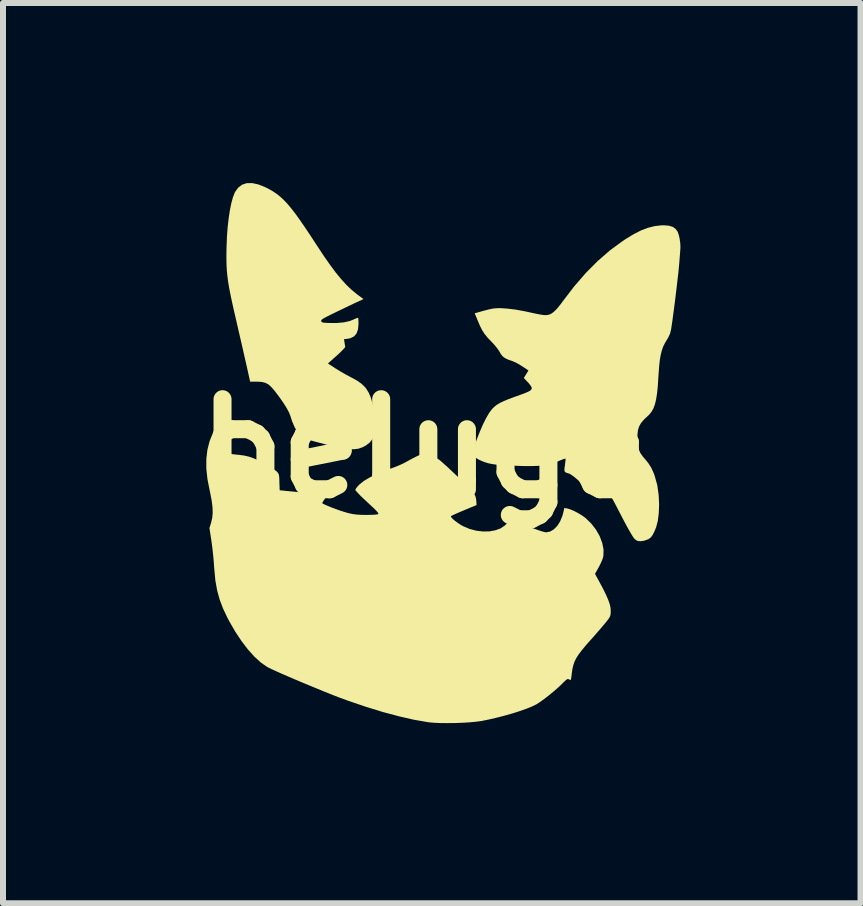
<source format=kicad_pcb>
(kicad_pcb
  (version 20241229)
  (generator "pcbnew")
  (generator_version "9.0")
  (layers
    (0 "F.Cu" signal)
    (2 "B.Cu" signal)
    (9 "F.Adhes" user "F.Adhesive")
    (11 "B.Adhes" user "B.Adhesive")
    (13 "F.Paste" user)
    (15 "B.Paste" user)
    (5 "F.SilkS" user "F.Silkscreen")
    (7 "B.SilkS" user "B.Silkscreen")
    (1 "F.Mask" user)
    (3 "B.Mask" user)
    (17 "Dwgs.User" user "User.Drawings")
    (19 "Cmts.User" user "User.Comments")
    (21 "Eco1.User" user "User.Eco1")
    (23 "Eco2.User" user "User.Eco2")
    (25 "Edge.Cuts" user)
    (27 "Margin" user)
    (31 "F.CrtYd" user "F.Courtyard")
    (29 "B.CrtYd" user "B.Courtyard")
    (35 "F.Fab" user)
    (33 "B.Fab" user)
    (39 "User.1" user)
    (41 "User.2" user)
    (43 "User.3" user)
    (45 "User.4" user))
  (footprint "beluga"
    (layer "F.Cu")
    (at 4.05 4.422)
    (property "Reference" "beluga" (at 0 0 0) (layer "F.SilkS") (effects (font (size 1.5 1.5) (thickness 0.3))))
    (attr board_only exclude_from_pos_files exclude_from_bom)
    (fp_poly (pts (xy -2.798 -4.4) (xy -2.686 -4.356) (xy -2.617 -4.321) (xy -2.554 -4.285) (xy -2.493 -4.244) (xy -2.435 -4.198) (xy -2.376 -4.144) (xy -2.316 -4.081) (xy -2.253 -4.006) (xy -2.184 -3.918) (xy -2.109 -3.814) (xy -2.026 -3.693) (xy -1.932 -3.553) (xy -1.827 -3.392) (xy -1.812 -3.37) (xy -1.702 -3.203) (xy -1.6 -3.057) (xy -1.507 -2.932) (xy -1.418 -2.824) (xy -1.334 -2.731) (xy -1.251 -2.651) (xy -1.167 -2.581) (xy -1.134 -2.556) (xy -1.045 -2.49) (xy -1.15 -2.441) (xy -1.196 -2.42) (xy -1.259 -2.39) (xy -1.336 -2.353) (xy -1.419 -2.313) (xy -1.503 -2.273) (xy -1.506 -2.271) (xy -1.591 -2.23) (xy -1.654 -2.198) (xy -1.699 -2.174) (xy -1.728 -2.157) (xy -1.744 -2.143) (xy -1.75 -2.132) (xy -1.75 -2.123) (xy -1.743 -2.11) (xy -1.728 -2.101) (xy -1.7 -2.096) (xy -1.652 -2.093) (xy -1.633 -2.092) (xy -1.493 -2.091) (xy -1.372 -2.102) (xy -1.273 -2.124) (xy -1.218 -2.146) (xy -1.178 -2.164) (xy -1.147 -2.176) (xy -1.134 -2.177) (xy -1.131 -2.161) (xy -1.129 -2.126) (xy -1.128 -2.079) (xy -1.128 -2.075) (xy -1.136 -1.986) (xy -1.161 -1.916) (xy -1.203 -1.868) (xy -1.263 -1.838) (xy -1.307 -1.829) (xy -1.369 -1.822) (xy -1.361 -1.767) (xy -1.355 -1.728) (xy -1.35 -1.7) (xy -1.349 -1.695) (xy -1.356 -1.681) (xy -1.381 -1.653) (xy -1.419 -1.614) (xy -1.467 -1.569) (xy -1.49 -1.548) (xy -1.637 -1.417) (xy -1.507 -1.332) (xy -1.435 -1.288) (xy -1.354 -1.241) (xy -1.274 -1.198) (xy -1.24 -1.18) (xy -1.147 -1.129) (xy -1.071 -1.074) (xy -1.009 -1.011) (xy -0.961 -0.937) (xy -0.923 -0.849) (xy -0.893 -0.744) (xy -0.871 -0.617) (xy -0.859 -0.511) (xy -0.853 -0.409) (xy -0.856 -0.314) (xy -0.869 -0.232) (xy -0.889 -0.169) (xy -0.892 -0.163) (xy -0.937 -0.103) (xy -1.006 -0.05) (xy -1.061 -0.021) (xy -1.127 0.002) (xy -1.203 0.012) (xy -1.293 0.009) (xy -1.401 -0.006) (xy -1.409 -0.008) (xy -1.463 -0.019) (xy -1.533 -0.034) (xy -1.612 -0.053) (xy -1.696 -0.074) (xy -1.779 -0.096) (xy -1.855 -0.116) (xy -1.919 -0.134) (xy -1.967 -0.149) (xy -1.986 -0.156) (xy -2.065 -0.2) (xy -2.132 -0.264) (xy -2.188 -0.347) (xy -2.234 -0.454) (xy -2.261 -0.539) (xy -2.283 -0.596) (xy -2.321 -0.668) (xy -2.373 -0.752) (xy -2.437 -0.844) (xy -2.509 -0.94) (xy -2.523 -0.958) (xy -2.578 -1.022) (xy -2.627 -1.067) (xy -2.678 -1.094) (xy -2.736 -1.109) (xy -2.809 -1.114) (xy -2.826 -1.114) (xy -2.933 -1.114) (xy -2.998 -1.406) (xy -3.019 -1.497) (xy -3.044 -1.608) (xy -3.072 -1.731) (xy -3.102 -1.861) (xy -3.132 -1.99) (xy -3.16 -2.112) (xy -3.162 -2.121) (xy -3.201 -2.29) (xy -3.234 -2.437) (xy -3.261 -2.565) (xy -3.283 -2.678) (xy -3.3 -2.78) (xy -3.312 -2.874) (xy -3.321 -2.965) (xy -3.326 -3.056) (xy -3.328 -3.15) (xy -3.328 -3.252) (xy -3.326 -3.365) (xy -3.325 -3.375) (xy -3.319 -3.538) (xy -3.307 -3.694) (xy -3.29 -3.84) (xy -3.27 -3.973) (xy -3.246 -4.09) (xy -3.219 -4.188) (xy -3.19 -4.262) (xy -3.184 -4.274) (xy -3.132 -4.346) (xy -3.068 -4.395) (xy -2.99 -4.421) (xy -2.9 -4.422)) (stroke (width 0) (type solid)) (fill yes) (layer "F.SilkS"))
    (fp_poly (pts (xy 4.044 -3.712) (xy 4.111 -3.691) (xy 4.159 -3.654) (xy 4.189 -3.611) (xy 4.207 -3.561) (xy 4.222 -3.495) (xy 4.232 -3.423) (xy 4.235 -3.356) (xy 4.234 -3.329) (xy 4.232 -3.299) (xy 4.228 -3.249) (xy 4.223 -3.184) (xy 4.217 -3.11) (xy 4.215 -3.081) (xy 4.209 -3.018) (xy 4.201 -2.934) (xy 4.189 -2.832) (xy 4.176 -2.718) (xy 4.161 -2.595) (xy 4.146 -2.47) (xy 4.13 -2.346) (xy 4.114 -2.227) (xy 4.1 -2.12) (xy 4.086 -2.028) (xy 4.08 -1.987) (xy 4.062 -1.913) (xy 4.03 -1.845) (xy 4.014 -1.819) (xy 3.978 -1.759) (xy 3.948 -1.699) (xy 3.925 -1.634) (xy 3.907 -1.562) (xy 3.892 -1.477) (xy 3.881 -1.376) (xy 3.872 -1.254) (xy 3.867 -1.181) (xy 3.858 -1.036) (xy 3.845 -0.915) (xy 3.829 -0.814) (xy 3.809 -0.732) (xy 3.783 -0.664) (xy 3.751 -0.609) (xy 3.713 -0.563) (xy 3.696 -0.547) (xy 3.627 -0.482) (xy 3.578 -0.424) (xy 3.546 -0.366) (xy 3.527 -0.303) (xy 3.519 -0.227) (xy 3.517 -0.169) (xy 3.522 -0.074) (xy 3.537 0.003) (xy 3.565 0.07) (xy 3.609 0.134) (xy 3.631 0.159) (xy 3.697 0.239) (xy 3.747 0.316) (xy 3.786 0.401) (xy 3.805 0.451) (xy 3.849 0.608) (xy 3.873 0.778) (xy 3.88 0.935) (xy 3.874 1.081) (xy 3.858 1.207) (xy 3.829 1.316) (xy 3.795 1.396) (xy 3.768 1.446) (xy 3.743 1.479) (xy 3.713 1.503) (xy 3.692 1.514) (xy 3.629 1.536) (xy 3.571 1.544) (xy 3.527 1.54) (xy 3.495 1.526) (xy 3.466 1.5) (xy 3.448 1.476) (xy 3.42 1.431) (xy 3.385 1.371) (xy 3.344 1.298) (xy 3.3 1.216) (xy 3.264 1.147) (xy 3.209 1.041) (xy 3.165 0.956) (xy 3.13 0.89) (xy 3.102 0.84) (xy 3.079 0.805) (xy 3.061 0.781) (xy 3.043 0.767) (xy 3.026 0.76) (xy 3.006 0.757) (xy 2.983 0.758) (xy 2.958 0.758) (xy 2.888 0.752) (xy 2.822 0.734) (xy 2.754 0.702) (xy 2.682 0.655) (xy 2.6 0.588) (xy 2.557 0.551) (xy 2.493 0.495) (xy 2.438 0.452) (xy 2.396 0.424) (xy 2.376 0.416) (xy 2.337 0.404) (xy 2.313 0.391) (xy 2.303 0.37) (xy 2.303 0.336) (xy 2.31 0.283) (xy 2.311 0.277) (xy 2.317 0.227) (xy 2.321 0.189) (xy 2.321 0.169) (xy 2.32 0.168) (xy 2.306 0.17) (xy 2.273 0.181) (xy 2.228 0.199) (xy 2.208 0.208) (xy 2.129 0.238) (xy 2.05 0.262) (xy 1.967 0.278) (xy 1.873 0.288) (xy 1.764 0.292) (xy 1.636 0.292) (xy 1.571 0.29) (xy 1.436 0.285) (xy 1.325 0.28) (xy 1.234 0.274) (xy 1.159 0.267) (xy 1.096 0.258) (xy 1.042 0.247) (xy 0.994 0.233) (xy 0.948 0.217) (xy 0.945 0.216) (xy 0.878 0.186) (xy 0.83 0.157) (xy 0.799 0.124) (xy 0.786 0.083) (xy 0.787 0.031) (xy 0.804 -0.038) (xy 0.833 -0.125) (xy 0.839 -0.143) (xy 0.893 -0.28) (xy 0.946 -0.403) (xy 0.999 -0.509) (xy 1.049 -0.594) (xy 1.095 -0.656) (xy 1.097 -0.658) (xy 1.134 -0.695) (xy 1.177 -0.729) (xy 1.229 -0.76) (xy 1.294 -0.791) (xy 1.376 -0.825) (xy 1.479 -0.863) (xy 1.505 -0.872) (xy 1.594 -0.904) (xy 1.659 -0.929) (xy 1.706 -0.95) (xy 1.736 -0.968) (xy 1.752 -0.985) (xy 1.758 -1.002) (xy 1.759 -1.008) (xy 1.75 -1.031) (xy 1.727 -1.065) (xy 1.694 -1.104) (xy 1.692 -1.105) (xy 1.626 -1.175) (xy 1.665 -1.238) (xy 1.703 -1.3) (xy 1.604 -1.367) (xy 1.549 -1.401) (xy 1.492 -1.432) (xy 1.443 -1.454) (xy 1.434 -1.457) (xy 1.363 -1.482) (xy 1.312 -1.507) (xy 1.276 -1.534) (xy 1.246 -1.57) (xy 1.225 -1.607) (xy 1.196 -1.652) (xy 1.154 -1.706) (xy 1.107 -1.759) (xy 1.088 -1.779) (xy 1.023 -1.846) (xy 0.973 -1.908) (xy 0.931 -1.973) (xy 0.893 -2.05) (xy 0.861 -2.125) (xy 0.808 -2.253) (xy 0.965 -2.297) (xy 1.045 -2.318) (xy 1.109 -2.331) (xy 1.166 -2.337) (xy 1.225 -2.339) (xy 1.231 -2.339) (xy 1.352 -2.331) (xy 1.492 -2.314) (xy 1.644 -2.286) (xy 1.769 -2.259) (xy 1.838 -2.244) (xy 1.903 -2.232) (xy 1.957 -2.224) (xy 1.989 -2.222) (xy 2.036 -2.227) (xy 2.082 -2.245) (xy 2.128 -2.279) (xy 2.178 -2.329) (xy 2.236 -2.4) (xy 2.273 -2.45) (xy 2.465 -2.701) (xy 2.66 -2.926) (xy 2.859 -3.126) (xy 3.062 -3.302) (xy 3.272 -3.456) (xy 3.318 -3.487) (xy 3.454 -3.57) (xy 3.578 -3.633) (xy 3.693 -3.677) (xy 3.804 -3.705) (xy 3.914 -3.718) (xy 3.958 -3.719)) (stroke (width 0) (type solid)) (fill yes) (layer "F.SilkS"))
    (fp_poly (pts (xy -3.483 -0.378) (xy -3.485 -0.348) (xy -3.486 -0.339) (xy -3.487 -0.296) (xy -3.483 -0.238) (xy -3.475 -0.172) (xy -3.464 -0.105) (xy -3.451 -0.044) (xy -3.437 0.003) (xy -3.425 0.027) (xy -3.402 0.048) (xy -3.365 0.065) (xy -3.31 0.08) (xy -3.236 0.093) (xy -3.137 0.104) (xy -3.121 0.105) (xy -3.032 0.117) (xy -2.95 0.136) (xy -2.869 0.165) (xy -2.781 0.206) (xy -2.681 0.262) (xy -2.661 0.273) (xy -2.587 0.317) (xy -2.533 0.351) (xy -2.495 0.378) (xy -2.471 0.403) (xy -2.457 0.43) (xy -2.45 0.463) (xy -2.447 0.505) (xy -2.446 0.554) (xy -2.441 0.695) (xy -2.372 0.702) (xy -2.339 0.706) (xy -2.283 0.711) (xy -2.211 0.718) (xy -2.126 0.726) (xy -2.034 0.735) (xy -1.98 0.74) (xy -1.89 0.748) (xy -1.809 0.756) (xy -1.742 0.763) (xy -1.69 0.769) (xy -1.66 0.773) (xy -1.652 0.774) (xy -1.656 0.786) (xy -1.673 0.814) (xy -1.689 0.838) (xy -1.713 0.873) (xy -1.728 0.899) (xy -1.732 0.908) (xy -1.72 0.919) (xy -1.687 0.935) (xy -1.638 0.957) (xy -1.578 0.981) (xy -1.511 1.006) (xy -1.442 1.031) (xy -1.377 1.052) (xy -1.318 1.07) (xy -1.295 1.076) (xy -1.226 1.091) (xy -1.158 1.1) (xy -1.081 1.105) (xy -1 1.106) (xy -0.933 1.105) (xy -0.873 1.103) (xy -0.828 1.099) (xy -0.804 1.094) (xy -0.802 1.093) (xy -0.797 1.086) (xy -0.8 1.075) (xy -0.814 1.056) (xy -0.84 1.027) (xy -0.881 0.987) (xy -0.939 0.933) (xy -0.98 0.895) (xy -1.041 0.838) (xy -1.095 0.786) (xy -1.138 0.741) (xy -1.168 0.708) (xy -1.181 0.69) (xy -1.181 0.688) (xy -1.172 0.668) (xy -1.148 0.637) (xy -1.114 0.601) (xy -1.108 0.595) (xy -1.039 0.54) (xy -0.943 0.483) (xy -0.824 0.424) (xy -0.68 0.366) (xy -0.597 0.336) (xy -0.527 0.31) (xy -0.459 0.283) (xy -0.4 0.257) (xy -0.362 0.238) (xy -0.28 0.193) (xy -0.217 0.159) (xy -0.169 0.135) (xy -0.134 0.118) (xy -0.105 0.108) (xy -0.081 0.102) (xy -0.064 0.099) (xy 0.016 0.101) (xy 0.102 0.125) (xy 0.189 0.169) (xy 0.224 0.193) (xy 0.255 0.219) (xy 0.302 0.261) (xy 0.361 0.314) (xy 0.428 0.377) (xy 0.499 0.444) (xy 0.553 0.496) (xy 0.633 0.574) (xy 0.696 0.637) (xy 0.744 0.687) (xy 0.779 0.728) (xy 0.803 0.762) (xy 0.819 0.793) (xy 0.828 0.824) (xy 0.833 0.857) (xy 0.835 0.883) (xy 0.839 0.941) (xy 0.631 1.028) (xy 0.562 1.057) (xy 0.5 1.084) (xy 0.452 1.106) (xy 0.421 1.121) (xy 0.412 1.126) (xy 0.415 1.141) (xy 0.436 1.166) (xy 0.471 1.198) (xy 0.517 1.232) (xy 0.568 1.267) (xy 0.616 1.294) (xy 0.721 1.339) (xy 0.832 1.368) (xy 0.944 1.382) (xy 1.052 1.38) (xy 1.152 1.362) (xy 1.24 1.33) (xy 1.31 1.282) (xy 1.314 1.278) (xy 1.346 1.245) (xy 1.371 1.215) (xy 1.379 1.203) (xy 1.389 1.188) (xy 1.402 1.184) (xy 1.426 1.191) (xy 1.452 1.201) (xy 1.575 1.25) (xy 1.687 1.294) (xy 1.786 1.331) (xy 1.87 1.361) (xy 1.936 1.382) (xy 1.981 1.394) (xy 1.999 1.396) (xy 2.064 1.383) (xy 2.125 1.347) (xy 2.182 1.29) (xy 2.23 1.215) (xy 2.267 1.127) (xy 2.283 1.069) (xy 2.301 0.991) (xy 2.348 0.998) (xy 2.399 1.013) (xy 2.463 1.04) (xy 2.532 1.076) (xy 2.599 1.117) (xy 2.654 1.157) (xy 2.749 1.249) (xy 2.828 1.351) (xy 2.89 1.46) (xy 2.932 1.571) (xy 2.954 1.682) (xy 2.952 1.787) (xy 2.952 1.79) (xy 2.939 1.837) (xy 2.914 1.898) (xy 2.88 1.966) (xy 2.877 1.971) (xy 2.812 2.088) (xy 2.889 2.229) (xy 2.951 2.345) (xy 2.998 2.442) (xy 3.033 2.523) (xy 3.057 2.591) (xy 3.07 2.649) (xy 3.074 2.701) (xy 3.074 2.702) (xy 3.073 2.749) (xy 3.067 2.783) (xy 3.053 2.814) (xy 3.027 2.852) (xy 3.015 2.868) (xy 2.988 2.901) (xy 2.947 2.95) (xy 2.895 3.011) (xy 2.836 3.079) (xy 2.773 3.151) (xy 2.745 3.182) (xy 2.661 3.277) (xy 2.594 3.358) (xy 2.541 3.427) (xy 2.502 3.488) (xy 2.472 3.546) (xy 2.452 3.604) (xy 2.437 3.665) (xy 2.427 3.734) (xy 2.426 3.74) (xy 2.419 3.799) (xy 2.414 3.835) (xy 2.407 3.852) (xy 2.399 3.856) (xy 2.387 3.85) (xy 2.382 3.847) (xy 2.368 3.84) (xy 2.354 3.84) (xy 2.335 3.851) (xy 2.307 3.876) (xy 2.265 3.917) (xy 2.261 3.922) (xy 2.199 3.981) (xy 2.125 4.045) (xy 2.045 4.111) (xy 1.966 4.172) (xy 1.893 4.224) (xy 1.833 4.263) (xy 1.826 4.266) (xy 1.758 4.299) (xy 1.668 4.335) (xy 1.561 4.373) (xy 1.442 4.411) (xy 1.315 4.447) (xy 1.185 4.481) (xy 1.057 4.511) (xy 0.935 4.536) (xy 0.92 4.539) (xy 0.831 4.551) (xy 0.724 4.561) (xy 0.604 4.568) (xy 0.478 4.573) (xy 0.352 4.574) (xy 0.233 4.573) (xy 0.126 4.568) (xy 0.039 4.56) (xy 0.027 4.558) (xy -0.204 4.518) (xy -0.453 4.461) (xy -0.719 4.39) (xy -0.999 4.304) (xy -1.291 4.205) (xy -1.434 4.153) (xy -1.515 4.122) (xy -1.61 4.084) (xy -1.716 4.042) (xy -1.829 3.995) (xy -1.946 3.947) (xy -2.064 3.898) (xy -2.18 3.849) (xy -2.291 3.801) (xy -2.393 3.757) (xy -2.483 3.717) (xy -2.558 3.683) (xy -2.615 3.656) (xy -2.651 3.638) (xy -2.653 3.636) (xy -2.757 3.563) (xy -2.863 3.466) (xy -2.97 3.347) (xy -3.076 3.208) (xy -3.179 3.054) (xy -3.277 2.884) (xy -3.31 2.822) (xy -3.384 2.666) (xy -3.441 2.515) (xy -3.483 2.362) (xy -3.512 2.2) (xy -3.529 2.021) (xy -3.532 1.987) (xy -3.539 1.888) (xy -3.549 1.778) (xy -3.561 1.667) (xy -3.574 1.568) (xy -3.578 1.538) (xy -3.611 1.325) (xy -3.584 1.238) (xy -3.565 1.158) (xy -3.557 1.072) (xy -3.56 0.976) (xy -3.574 0.865) (xy -3.599 0.735) (xy -3.606 0.703) (xy -3.644 0.511) (xy -3.663 0.335) (xy -3.663 0.173) (xy -3.645 0.021) (xy -3.608 -0.124) (xy -3.551 -0.266) (xy -3.535 -0.299) (xy -3.513 -0.342) (xy -3.495 -0.374) (xy -3.486 -0.389) (xy -3.485 -0.389)) (stroke (width 0) (type solid)) (fill yes) (layer "F.SilkS")))
  (gr_rect
    (start -3 -3)
    (end 11.285 11.997)
    (stroke (width 0.1) (type default))
    (fill no)
    (layer "Edge.Cuts")))
</source>
